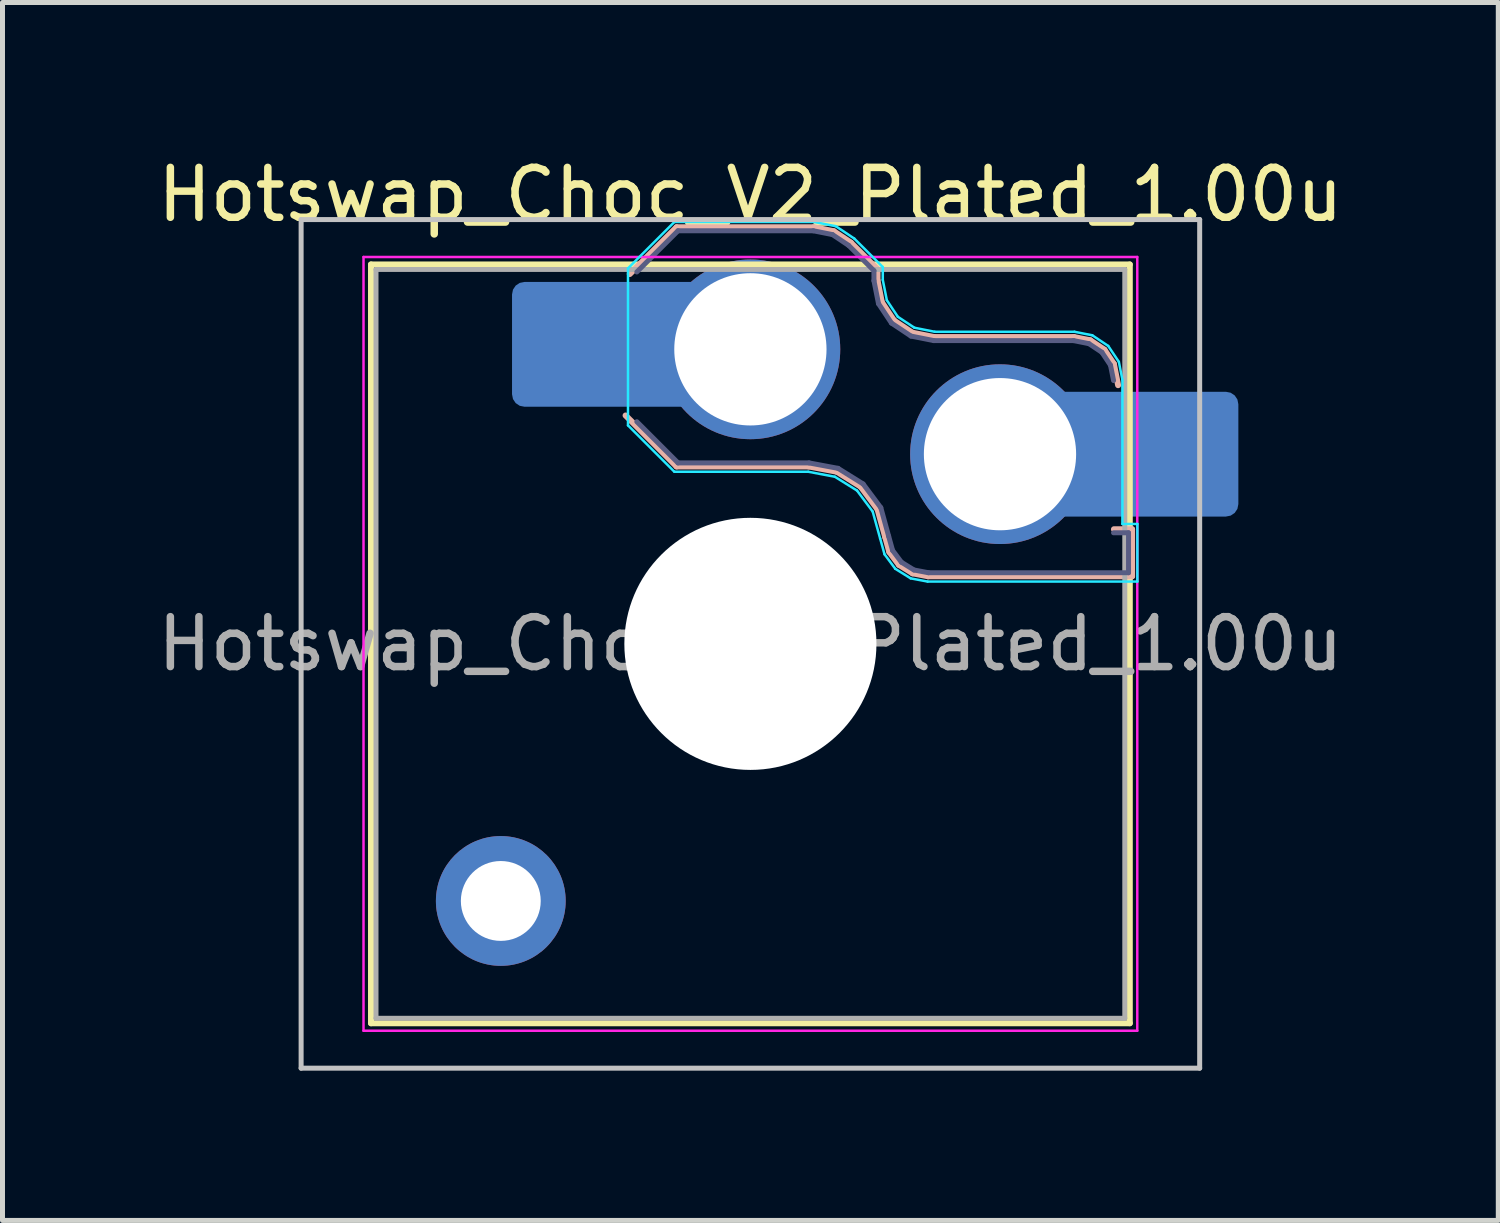
<source format=kicad_pcb>
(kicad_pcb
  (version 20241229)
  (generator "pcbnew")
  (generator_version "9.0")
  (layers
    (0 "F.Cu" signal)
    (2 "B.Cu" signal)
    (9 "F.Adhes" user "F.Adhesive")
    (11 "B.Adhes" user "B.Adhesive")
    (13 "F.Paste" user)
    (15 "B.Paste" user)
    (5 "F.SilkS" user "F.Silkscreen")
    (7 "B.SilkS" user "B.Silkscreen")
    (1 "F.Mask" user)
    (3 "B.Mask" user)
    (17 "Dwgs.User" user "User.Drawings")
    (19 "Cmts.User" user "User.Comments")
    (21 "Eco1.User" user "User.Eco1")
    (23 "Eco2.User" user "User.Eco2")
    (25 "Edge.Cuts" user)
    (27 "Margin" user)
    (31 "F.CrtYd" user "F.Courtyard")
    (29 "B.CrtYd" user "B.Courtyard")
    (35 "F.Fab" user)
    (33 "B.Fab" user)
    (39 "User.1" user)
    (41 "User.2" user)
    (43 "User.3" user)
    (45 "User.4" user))
  (footprint "Hotswap_Choc_V2_Plated_1.00u"
    (layer "F.Cu")
    (at 11.982 9.848)
    (property "Reference" "Hotswap_Choc_V2_Plated_1.00u" (at 0 -9 0) (layer "F.SilkS") (effects (font (size 1 1) (thickness 0.15))))
    (attr smd allow_soldermask_bridges)
    (fp_line (start -7.6 -7.6) (end -7.6 7.6) (stroke (width 0.12) (type solid)) (layer "F.SilkS"))
    (fp_line (start -7.6 7.6) (end 7.6 7.6) (stroke (width 0.12) (type solid)) (layer "F.SilkS"))
    (fp_line (start 7.6 -7.6) (end -7.6 -7.6) (stroke (width 0.12) (type solid)) (layer "F.SilkS"))
    (fp_line (start 7.6 7.6) (end 7.6 -7.6) (stroke (width 0.12) (type solid)) (layer "F.SilkS"))
    (fp_line (start -2.416 -7.409) (end -1.479 -8.346) (stroke (width 0.12) (type solid)) (layer "B.SilkS"))
    (fp_line (start -1.479 -8.346) (end 1.268 -8.346) (stroke (width 0.12) (type solid)) (layer "B.SilkS"))
    (fp_line (start -1.479 -3.554) (end -2.5 -4.575) (stroke (width 0.12) (type solid)) (layer "B.SilkS"))
    (fp_line (start 1.168 -3.554) (end -1.479 -3.554) (stroke (width 0.12) (type solid)) (layer "B.SilkS"))
    (fp_line (start 1.268 -8.346) (end 1.671 -8.266) (stroke (width 0.12) (type solid)) (layer "B.SilkS"))
    (fp_line (start 1.671 -8.266) (end 2.013 -8.037) (stroke (width 0.12) (type solid)) (layer "B.SilkS"))
    (fp_line (start 1.73 -3.449) (end 1.168 -3.554) (stroke (width 0.12) (type solid)) (layer "B.SilkS"))
    (fp_line (start 2.013 -8.037) (end 2.546 -7.504) (stroke (width 0.12) (type solid)) (layer "B.SilkS"))
    (fp_line (start 2.209 -3.15) (end 1.73 -3.449) (stroke (width 0.12) (type solid)) (layer "B.SilkS"))
    (fp_line (start 2.546 -7.504) (end 2.546 -7.282) (stroke (width 0.12) (type solid)) (layer "B.SilkS"))
    (fp_line (start 2.546 -7.282) (end 2.633 -6.844) (stroke (width 0.12) (type solid)) (layer "B.SilkS"))
    (fp_line (start 2.547 -2.697) (end 2.209 -3.15) (stroke (width 0.12) (type solid)) (layer "B.SilkS"))
    (fp_line (start 2.633 -6.844) (end 2.877 -6.477) (stroke (width 0.12) (type solid)) (layer "B.SilkS"))
    (fp_line (start 2.701 -2.139) (end 2.547 -2.697) (stroke (width 0.12) (type solid)) (layer "B.SilkS"))
    (fp_line (start 2.783 -1.841) (end 2.701 -2.139) (stroke (width 0.12) (type solid)) (layer "B.SilkS"))
    (fp_line (start 2.877 -6.477) (end 3.244 -6.233) (stroke (width 0.12) (type solid)) (layer "B.SilkS"))
    (fp_line (start 2.976 -1.583) (end 2.783 -1.841) (stroke (width 0.12) (type solid)) (layer "B.SilkS"))
    (fp_line (start 3.244 -6.233) (end 3.682 -6.146) (stroke (width 0.12) (type solid)) (layer "B.SilkS"))
    (fp_line (start 3.25 -1.413) (end 2.976 -1.583) (stroke (width 0.12) (type solid)) (layer "B.SilkS"))
    (fp_line (start 3.56 -1.354) (end 3.25 -1.413) (stroke (width 0.12) (type solid)) (layer "B.SilkS"))
    (fp_line (start 3.682 -6.146) (end 6.482 -6.146) (stroke (width 0.12) (type solid)) (layer "B.SilkS"))
    (fp_line (start 6.482 -6.146) (end 6.809 -6.081) (stroke (width 0.12) (type solid)) (layer "B.SilkS"))
    (fp_line (start 6.809 -6.081) (end 7.092 -5.892) (stroke (width 0.12) (type solid)) (layer "B.SilkS"))
    (fp_line (start 7.092 -5.892) (end 7.281 -5.609) (stroke (width 0.12) (type solid)) (layer "B.SilkS"))
    (fp_line (start 7.281 -5.609) (end 7.366 -5.182) (stroke (width 0.12) (type solid)) (layer "B.SilkS"))
    (fp_line (start 7.283 -2.296) (end 7.646 -2.296) (stroke (width 0.12) (type solid)) (layer "B.SilkS"))
    (fp_line (start 7.646 -2.296) (end 7.646 -1.354) (stroke (width 0.12) (type solid)) (layer "B.SilkS"))
    (fp_line (start 7.646 -1.354) (end 3.56 -1.354) (stroke (width 0.12) (type solid)) (layer "B.SilkS"))
    (fp_line (start -9 -8.5) (end -9 8.5) (stroke (width 0.1) (type solid)) (layer "Dwgs.User"))
    (fp_line (start -9 8.5) (end 9 8.5) (stroke (width 0.1) (type solid)) (layer "Dwgs.User"))
    (fp_line (start 9 -8.5) (end -9 -8.5) (stroke (width 0.1) (type solid)) (layer "Dwgs.User"))
    (fp_line (start 9 8.5) (end 9 -8.5) (stroke (width 0.1) (type solid)) (layer "Dwgs.User"))
    (fp_line (start -7.25 -7.25) (end -7.25 7.25) (stroke (width 0.1) (type solid)) (layer "Eco1.User"))
    (fp_line (start -7.25 7.25) (end 7.25 7.25) (stroke (width 0.1) (type solid)) (layer "Eco1.User"))
    (fp_line (start 7.25 -7.25) (end -7.25 -7.25) (stroke (width 0.1) (type solid)) (layer "Eco1.User"))
    (fp_line (start 7.25 7.25) (end 7.25 -7.25) (stroke (width 0.1) (type solid)) (layer "Eco1.User"))
    (fp_line (start -2.452 -7.523) (end -1.523 -8.452) (stroke (width 0.05) (type solid)) (layer "B.CrtYd"))
    (fp_line (start -2.452 -4.377) (end -2.452 -7.523) (stroke (width 0.05) (type solid)) (layer "B.CrtYd"))
    (fp_line (start -1.523 -8.452) (end 1.278 -8.452) (stroke (width 0.05) (type solid)) (layer "B.CrtYd"))
    (fp_line (start -1.523 -3.448) (end -2.452 -4.377) (stroke (width 0.05) (type solid)) (layer "B.CrtYd"))
    (fp_line (start 1.159 -3.448) (end -1.523 -3.448) (stroke (width 0.05) (type solid)) (layer "B.CrtYd"))
    (fp_line (start 1.278 -8.452) (end 1.712 -8.366) (stroke (width 0.05) (type solid)) (layer "B.CrtYd"))
    (fp_line (start 1.691 -3.348) (end 1.159 -3.448) (stroke (width 0.05) (type solid)) (layer "B.CrtYd"))
    (fp_line (start 1.712 -8.366) (end 2.081 -8.119) (stroke (width 0.05) (type solid)) (layer "B.CrtYd"))
    (fp_line (start 2.081 -8.119) (end 2.652 -7.548) (stroke (width 0.05) (type solid)) (layer "B.CrtYd"))
    (fp_line (start 2.136 -3.071) (end 1.691 -3.348) (stroke (width 0.05) (type solid)) (layer "B.CrtYd"))
    (fp_line (start 2.45 -2.65) (end 2.136 -3.071) (stroke (width 0.05) (type solid)) (layer "B.CrtYd"))
    (fp_line (start 2.599 -2.111) (end 2.45 -2.65) (stroke (width 0.05) (type solid)) (layer "B.CrtYd"))
    (fp_line (start 2.652 -7.548) (end 2.652 -7.292) (stroke (width 0.05) (type solid)) (layer "B.CrtYd"))
    (fp_line (start 2.652 -7.292) (end 2.733 -6.885) (stroke (width 0.05) (type solid)) (layer "B.CrtYd"))
    (fp_line (start 2.687 -1.794) (end 2.599 -2.111) (stroke (width 0.05) (type solid)) (layer "B.CrtYd"))
    (fp_line (start 2.733 -6.885) (end 2.953 -6.553) (stroke (width 0.05) (type solid)) (layer "B.CrtYd"))
    (fp_line (start 2.903 -1.503) (end 2.687 -1.794) (stroke (width 0.05) (type solid)) (layer "B.CrtYd"))
    (fp_line (start 2.953 -6.553) (end 3.285 -6.333) (stroke (width 0.05) (type solid)) (layer "B.CrtYd"))
    (fp_line (start 3.211 -1.312) (end 2.903 -1.503) (stroke (width 0.05) (type solid)) (layer "B.CrtYd"))
    (fp_line (start 3.285 -6.333) (end 3.692 -6.252) (stroke (width 0.05) (type solid)) (layer "B.CrtYd"))
    (fp_line (start 3.55 -1.248) (end 3.211 -1.312) (stroke (width 0.05) (type solid)) (layer "B.CrtYd"))
    (fp_line (start 3.692 -6.252) (end 6.492 -6.252) (stroke (width 0.05) (type solid)) (layer "B.CrtYd"))
    (fp_line (start 6.492 -6.252) (end 6.85 -6.181) (stroke (width 0.05) (type solid)) (layer "B.CrtYd"))
    (fp_line (start 6.85 -6.181) (end 7.168 -5.968) (stroke (width 0.05) (type solid)) (layer "B.CrtYd"))
    (fp_line (start 7.168 -5.968) (end 7.381 -5.65) (stroke (width 0.05) (type solid)) (layer "B.CrtYd"))
    (fp_line (start 7.381 -5.65) (end 7.452 -5.292) (stroke (width 0.05) (type solid)) (layer "B.CrtYd"))
    (fp_line (start 7.452 -5.292) (end 7.452 -2.402) (stroke (width 0.05) (type solid)) (layer "B.CrtYd"))
    (fp_line (start 7.452 -2.402) (end 7.752 -2.402) (stroke (width 0.05) (type solid)) (layer "B.CrtYd"))
    (fp_line (start 7.752 -2.402) (end 7.752 -1.248) (stroke (width 0.05) (type solid)) (layer "B.CrtYd"))
    (fp_line (start 7.752 -1.248) (end 3.55 -1.248) (stroke (width 0.05) (type solid)) (layer "B.CrtYd"))
    (fp_line (start -7.75 -7.75) (end -7.75 7.75) (stroke (width 0.05) (type solid)) (layer "F.CrtYd"))
    (fp_line (start -7.75 7.75) (end 7.75 7.75) (stroke (width 0.05) (type solid)) (layer "F.CrtYd"))
    (fp_line (start 7.75 -7.75) (end -7.75 -7.75) (stroke (width 0.05) (type solid)) (layer "F.CrtYd"))
    (fp_line (start 7.75 7.75) (end 7.75 -7.75) (stroke (width 0.05) (type solid)) (layer "F.CrtYd"))
    (fp_line (start -2.275 -7.45) (end -1.45 -8.275) (stroke (width 0.1) (type solid)) (layer "B.Fab"))
    (fp_line (start -1.45 -8.275) (end 1.261 -8.275) (stroke (width 0.1) (type solid)) (layer "B.Fab"))
    (fp_line (start -1.45 -3.625) (end -2.275 -4.45) (stroke (width 0.1) (type solid)) (layer "B.Fab"))
    (fp_line (start 1.175 -3.625) (end -1.45 -3.625) (stroke (width 0.1) (type solid)) (layer "B.Fab"))
    (fp_line (start 1.261 -8.275) (end 1.643 -8.199) (stroke (width 0.1) (type solid)) (layer "B.Fab"))
    (fp_line (start 1.643 -8.199) (end 1.968 -7.982) (stroke (width 0.1) (type solid)) (layer "B.Fab"))
    (fp_line (start 1.756 -3.516) (end 1.175 -3.625) (stroke (width 0.1) (type solid)) (layer "B.Fab"))
    (fp_line (start 1.968 -7.982) (end 2.475 -7.475) (stroke (width 0.1) (type solid)) (layer "B.Fab"))
    (fp_line (start 2.258 -3.203) (end 1.756 -3.516) (stroke (width 0.1) (type solid)) (layer "B.Fab"))
    (fp_line (start 2.475 -7.475) (end 2.475 -7.275) (stroke (width 0.1) (type solid)) (layer "B.Fab"))
    (fp_line (start 2.475 -7.275) (end 2.566 -6.816) (stroke (width 0.1) (type solid)) (layer "B.Fab"))
    (fp_line (start 2.566 -6.816) (end 2.826 -6.426) (stroke (width 0.1) (type solid)) (layer "B.Fab"))
    (fp_line (start 2.612 -2.729) (end 2.258 -3.203) (stroke (width 0.1) (type solid)) (layer "B.Fab"))
    (fp_line (start 2.769 -2.158) (end 2.612 -2.729) (stroke (width 0.1) (type solid)) (layer "B.Fab"))
    (fp_line (start 2.826 -6.426) (end 3.216 -6.166) (stroke (width 0.1) (type solid)) (layer "B.Fab"))
    (fp_line (start 2.848 -1.873) (end 2.769 -2.158) (stroke (width 0.1) (type solid)) (layer "B.Fab"))
    (fp_line (start 3.025 -1.636) (end 2.848 -1.873) (stroke (width 0.1) (type solid)) (layer "B.Fab"))
    (fp_line (start 3.216 -6.166) (end 3.675 -6.075) (stroke (width 0.1) (type solid)) (layer "B.Fab"))
    (fp_line (start 3.276 -1.48) (end 3.025 -1.636) (stroke (width 0.1) (type solid)) (layer "B.Fab"))
    (fp_line (start 3.567 -1.425) (end 3.276 -1.48) (stroke (width 0.1) (type solid)) (layer "B.Fab"))
    (fp_line (start 3.675 -6.075) (end 6.475 -6.075) (stroke (width 0.1) (type solid)) (layer "B.Fab"))
    (fp_line (start 6.475 -6.075) (end 6.781 -6.014) (stroke (width 0.1) (type solid)) (layer "B.Fab"))
    (fp_line (start 6.781 -6.014) (end 7.041 -5.841) (stroke (width 0.1) (type solid)) (layer "B.Fab"))
    (fp_line (start 7.041 -5.841) (end 7.214 -5.581) (stroke (width 0.1) (type solid)) (layer "B.Fab"))
    (fp_line (start 7.214 -5.581) (end 7.275 -5.275) (stroke (width 0.1) (type solid)) (layer "B.Fab"))
    (fp_line (start 7.275 -2.225) (end 7.575 -2.225) (stroke (width 0.1) (type solid)) (layer "B.Fab"))
    (fp_line (start 7.575 -2.225) (end 7.575 -1.425) (stroke (width 0.1) (type solid)) (layer "B.Fab"))
    (fp_line (start 7.575 -1.425) (end 3.567 -1.425) (stroke (width 0.1) (type solid)) (layer "B.Fab"))
    (fp_line (start -7.5 -7.5) (end -7.5 7.5) (stroke (width 0.1) (type solid)) (layer "F.Fab"))
    (fp_line (start -7.5 7.5) (end 7.5 7.5) (stroke (width 0.1) (type solid)) (layer "F.Fab"))
    (fp_line (start 7.5 -7.5) (end -7.5 -7.5) (stroke (width 0.1) (type solid)) (layer "F.Fab"))
    (fp_line (start 7.5 7.5) (end 7.5 -7.5) (stroke (width 0.1) (type solid)) (layer "F.Fab"))
    (fp_text user "${REFERENCE}" (at 0 0 0) (layer "F.Fab") (effects (font (size 1 1) (thickness 0.15))))
    (pad "" thru_hole circle (at -5 5.15) (size 2.6 2.6) (drill 1.6) (layers "*.Cu" "*.Mask"))
    (pad "" smd roundrect (at -3.5 -6) (size 2.55 2.5) (layers "B.Mask" "B.Paste") (roundrect_rratio 0.1))
    (pad "" np_thru_hole circle (at 0 0) (size 5.05 5.05) (drill 5.05) (layers "*.Cu" "*.Mask"))
    (pad "" smd roundrect (at 8.5 -3.8) (size 2.55 2.5) (layers "B.Mask" "B.Paste") (roundrect_rratio 0.1))
    (pad "1" smd roundrect (at -2.85 -6) (size 3.85 2.5) (layers "B.Cu") (roundrect_rratio 0.1))
    (pad "1" thru_hole circle (at 0 -5.9) (size 3.6 3.6) (drill 3.05) (layers "*.Cu" "*.Mask"))
    (pad "2" thru_hole circle (at 5 -3.8) (size 3.6 3.6) (drill 3.05) (layers "*.Cu" "*.Mask"))
    (pad "2" smd roundrect (at 7.85 -3.8) (size 3.85 2.5) (layers "B.Cu") (roundrect_rratio 0.1)))
  (gr_rect
    (start -3 -3)
    (end 26.964 21.398)
    (stroke (width 0.1) (type default))
    (fill no)
    (layer "Edge.Cuts")))
</source>
